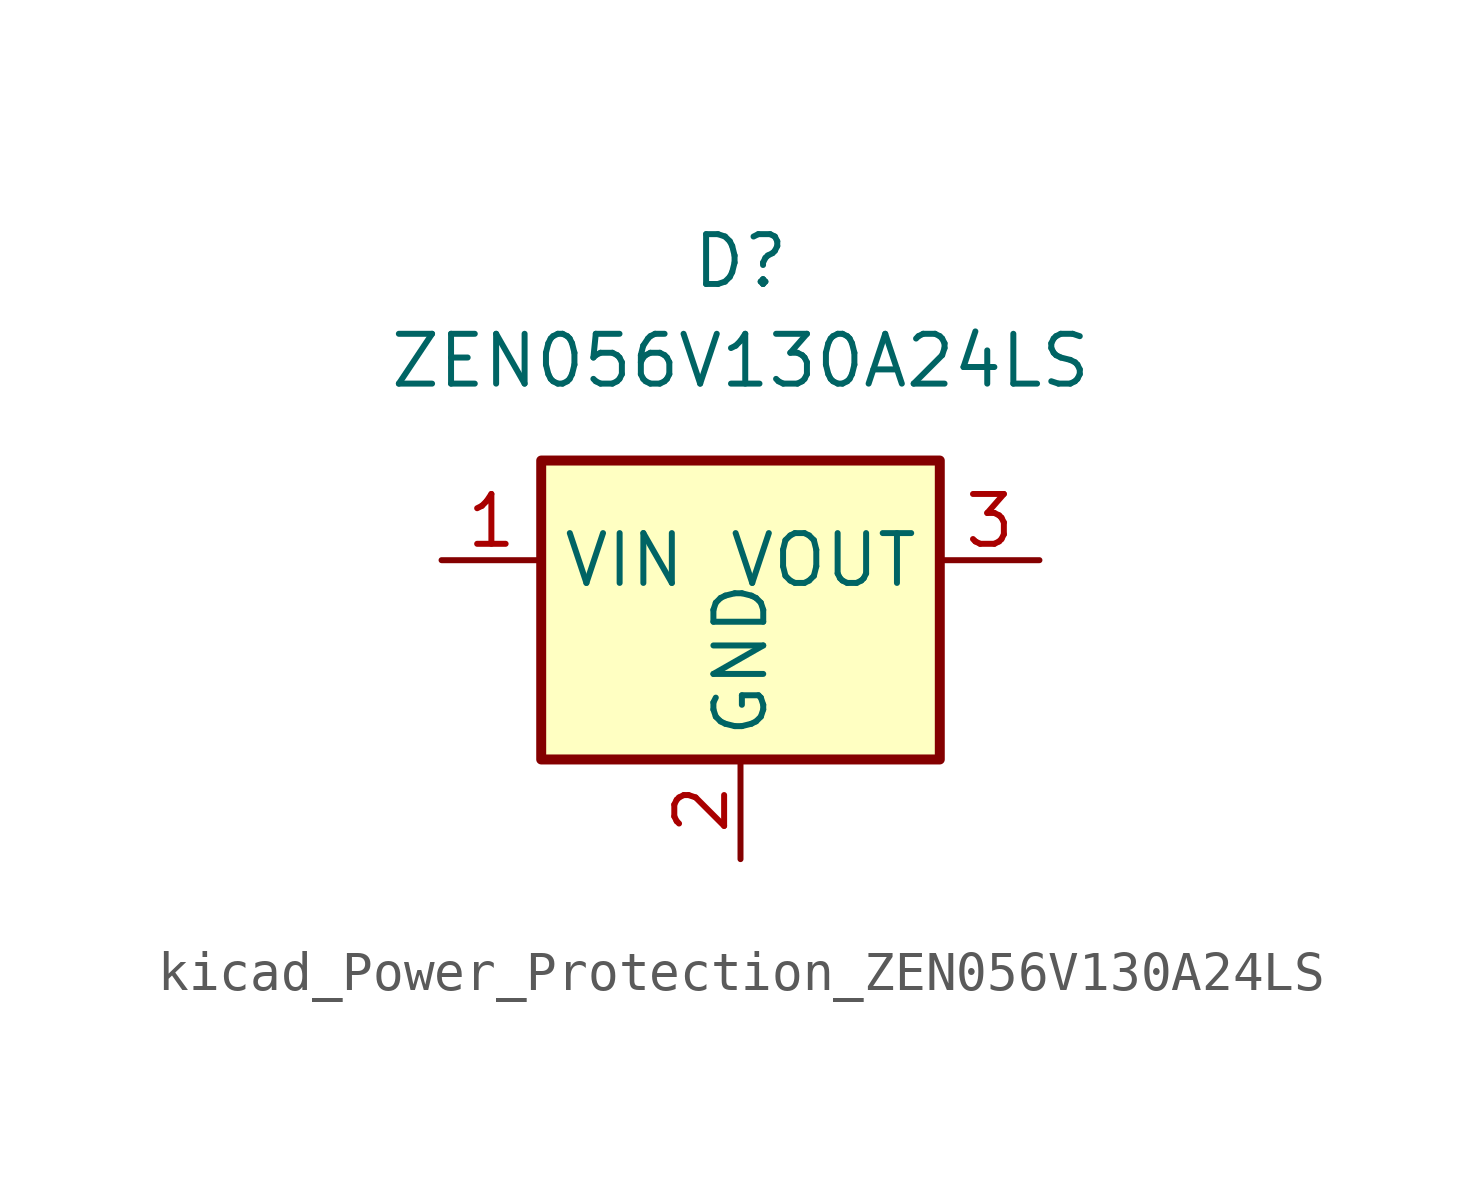
<source format=kicad_sym>
(kicad_symbol_lib
  (version 20220914)
  (generator kicad_symbol_editor)
  (symbol "kicad_Power_Protection_ZEN056V130A24LS"
    (property "Reference" "D"
      (at 0 10.16 0)
      (effects (font (size 1.27 1.27))))
    (property "Value" "ZEN056V130A24LS"
      (at 0 7.62 0)
      (effects (font (size 1.27 1.27))))
    (symbol "kicad_Power_Protection_ZEN056V130A24LS_0_1"
      (rectangle (start -5.08 5.08) (end 5.08 -2.54) (stroke (width 0.254) (type default)) (fill (type background))))
    (symbol "kicad_Power_Protection_ZEN056V130A24LS_1_1"
      (pin passive line (at -7.62 2.54 0) (length 2.54) (name "VIN" (effects (font (size 1.27 1.27)))) (number "1" (effects (font (size 1.27 1.27)))))
      (pin power_in line (at 0 -5.08 90) (length 2.54) (name "GND" (effects (font (size 1.27 1.27)))) (number "2" (effects (font (size 1.27 1.27)))))
      (pin passive line (at 7.62 2.54 180) (length 2.54) (name "VOUT" (effects (font (size 1.27 1.27)))) (number "3" (effects (font (size 1.27 1.27))))))))
</source>
